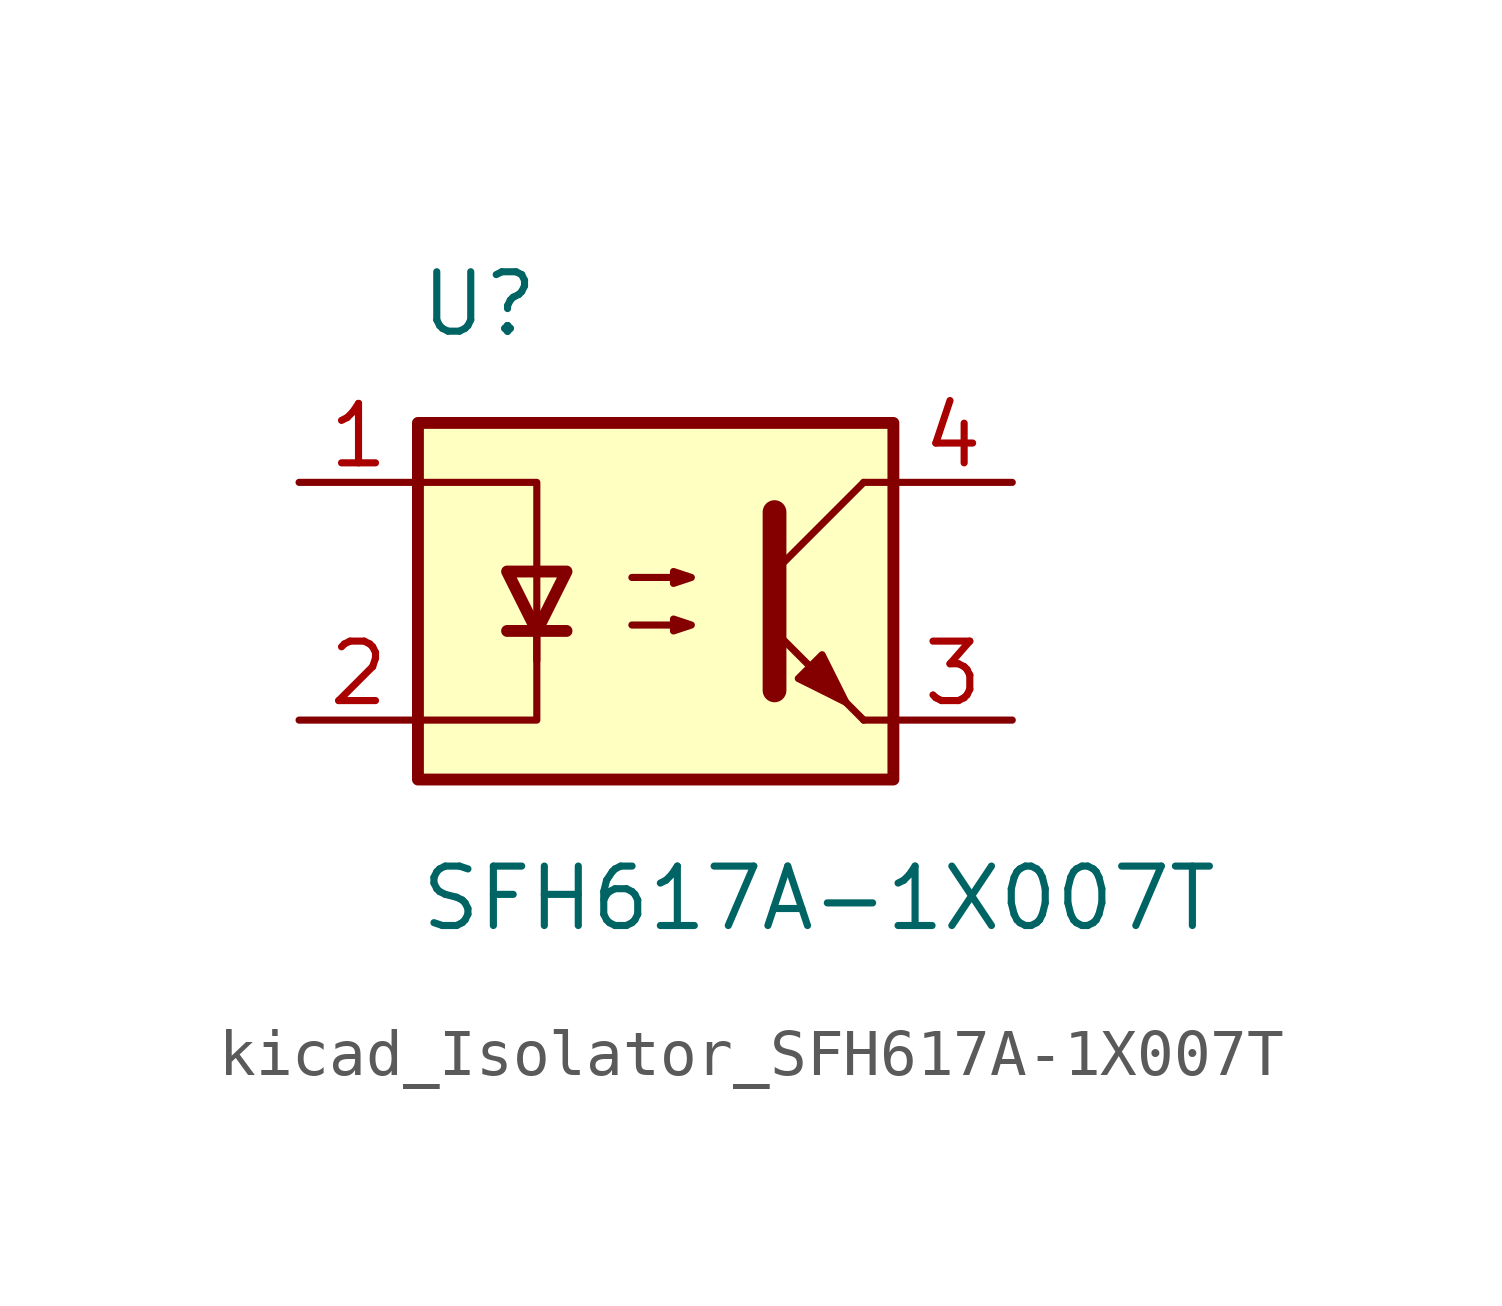
<source format=kicad_sym>
(kicad_symbol_lib
  (version 20220914)
  (generator kicad_symbol_editor)
  (symbol "kicad_Isolator_SFH617A-1X007T"
    (pin_names
      (offset 1.016))
    (property "Reference" "U"
      (at -5.08 6.35 0)
      (effects (font (size 1.27 1.27)) (justify left)))
    (property "Value" "SFH617A-1X007T"
      (at -5.08 -6.35 0)
      (effects (font (size 1.27 1.27)) (justify left)))
    (symbol "kicad_Isolator_SFH617A-1X007T_0_1"
      (rectangle (start -5.08 3.81) (end 5.08 -3.81) (stroke (width 0.254) (type default)) (fill (type background)))
      (polyline (pts (xy -3.175 -0.635) (xy -1.905 -0.635)) (stroke (width 0.254) (type default)) (fill (type none)))
      (polyline (pts (xy 2.54 0.635) (xy 4.445 2.54)) (stroke (width 0) (type default)) (fill (type none)))
      (polyline (pts (xy 4.445 -2.54) (xy 2.54 -0.635)) (stroke (width 0) (type default)) (fill (type outline)))
      (polyline (pts (xy 4.445 -2.54) (xy 5.08 -2.54)) (stroke (width 0) (type default)) (fill (type none)))
      (polyline (pts (xy 4.445 2.54) (xy 5.08 2.54)) (stroke (width 0) (type default)) (fill (type none)))
      (polyline (pts (xy -2.54 -0.635) (xy -2.54 -2.54) (xy -5.08 -2.54)) (stroke (width 0) (type default)) (fill (type none)))
      (polyline (pts (xy 2.54 1.905) (xy 2.54 -1.905) (xy 2.54 -1.905)) (stroke (width 0.508) (type default)) (fill (type none)))
      (polyline (pts (xy -5.08 2.54) (xy -2.54 2.54) (xy -2.54 -1.27) (xy -2.54 0.635)) (stroke (width 0) (type default)) (fill (type none)))
      (polyline (pts (xy -2.54 -0.635) (xy -3.175 0.635) (xy -1.905 0.635) (xy -2.54 -0.635)) (stroke (width 0.254) (type default)) (fill (type none)))
      (polyline (pts (xy -0.508 -0.508) (xy 0.762 -0.508) (xy 0.381 -0.635) (xy 0.381 -0.381) (xy 0.762 -0.508)) (stroke (width 0) (type default)) (fill (type none)))
      (polyline (pts (xy -0.508 0.508) (xy 0.762 0.508) (xy 0.381 0.381) (xy 0.381 0.635) (xy 0.762 0.508)) (stroke (width 0) (type default)) (fill (type none)))
      (polyline (pts (xy 3.048 -1.651) (xy 3.556 -1.143) (xy 4.064 -2.159) (xy 3.048 -1.651) (xy 3.048 -1.651)) (stroke (width 0) (type default)) (fill (type outline))))
    (symbol "kicad_Isolator_SFH617A-1X007T_1_1"
      (pin passive line (at -7.62 2.54 0) (length 2.54) (name "~" (effects (font (size 1.27 1.27)))) (number "1" (effects (font (size 1.27 1.27)))))
      (pin passive line (at -7.62 -2.54 0) (length 2.54) (name "~" (effects (font (size 1.27 1.27)))) (number "2" (effects (font (size 1.27 1.27)))))
      (pin passive line (at 7.62 -2.54 180) (length 2.54) (name "~" (effects (font (size 1.27 1.27)))) (number "3" (effects (font (size 1.27 1.27)))))
      (pin passive line (at 7.62 2.54 180) (length 2.54) (name "~" (effects (font (size 1.27 1.27)))) (number "4" (effects (font (size 1.27 1.27))))))))
</source>
